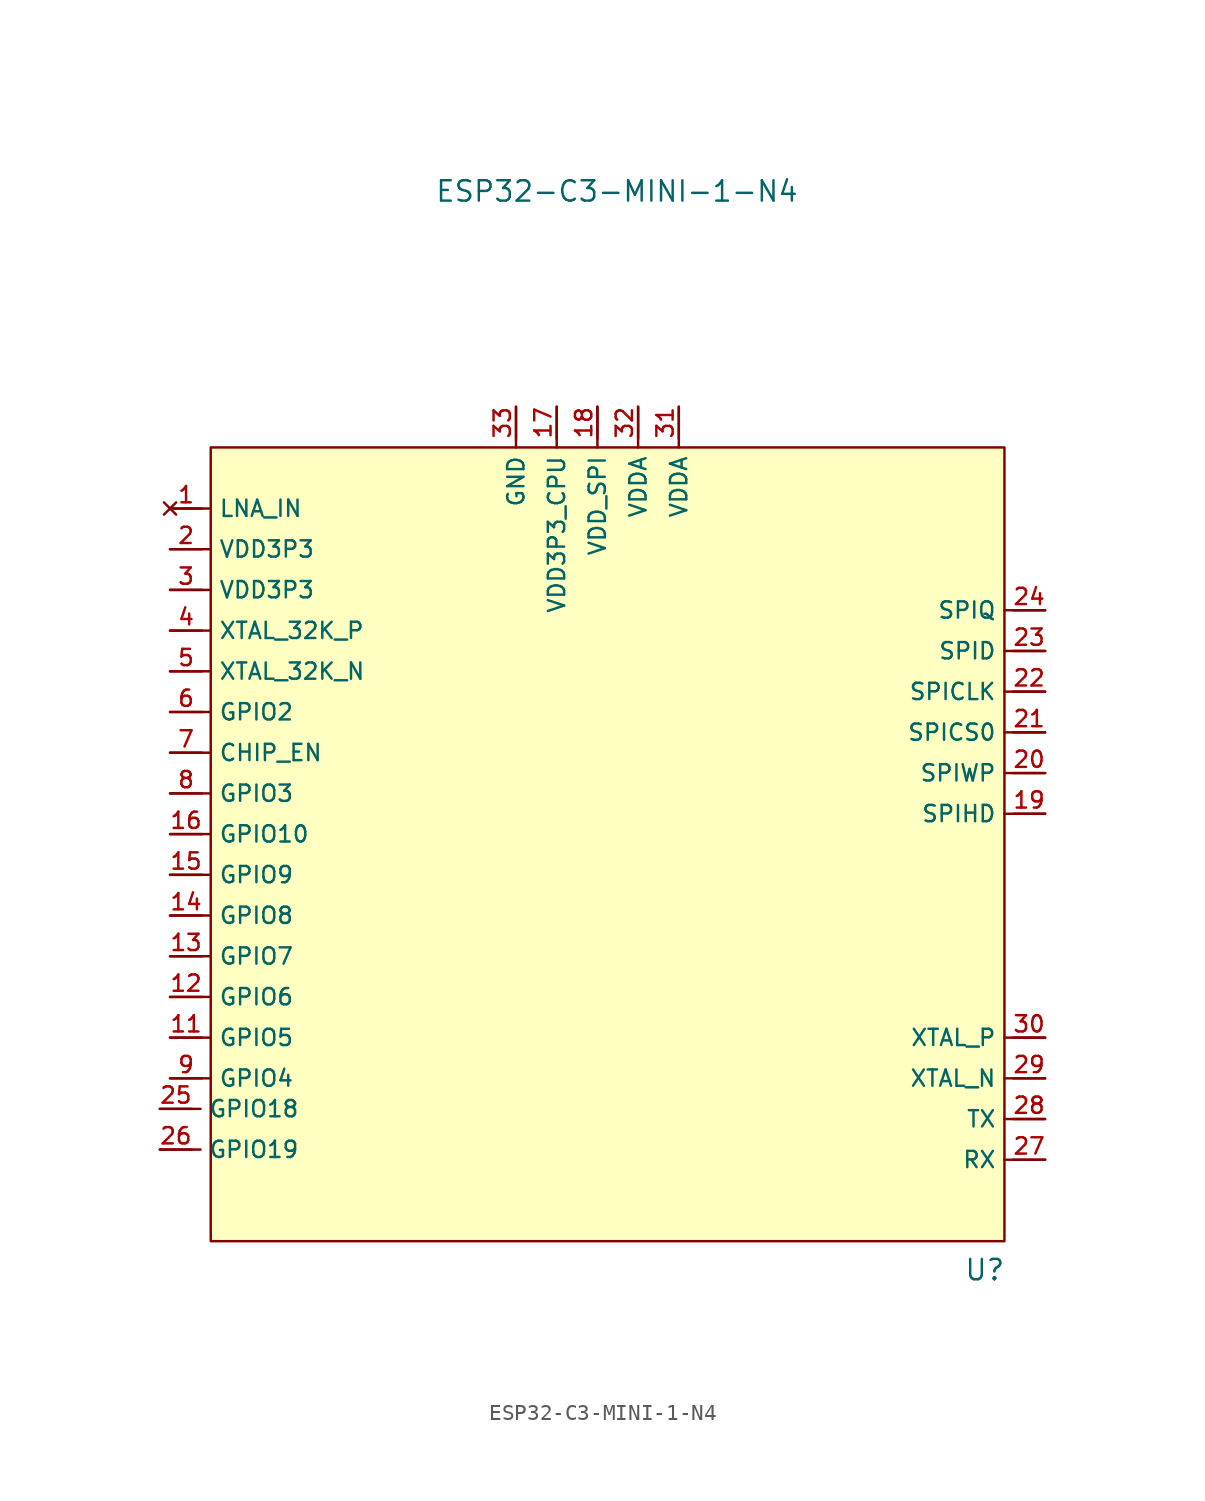
<source format=kicad_sym>
(kicad_symbol_lib
  (version 20211014)
  (generator kicad_symbol_editor)
  (symbol "ESP32-C3-MINI-1-N4"
    (pin_names
      (offset 1.016))
    (property "Reference" "U"
      (at 21.59 -36.83 0)
      (effects (font (size 1.27 1.27)) (justify left bottom)))
    (property "Value" "ESP32-C3-MINI-1-N4"
      (at -11.43 30.48 0)
      (effects (font (size 1.27 1.27)) (justify left bottom)))
    (symbol "ESP32-C3-MINI-1-N4_0_0"
      (polyline (pts (xy -26.035 -28.575) (xy -28.575 -28.575)) (stroke (width 0) (type default) (color 0 0 0 0)) (fill (type none)))
      (polyline (pts (xy -26.035 -26.035) (xy -28.575 -26.035)) (stroke (width 0) (type default) (color 0 0 0 0)) (fill (type none)))
      (polyline (pts (xy -25.4 -24.13) (xy -27.94 -24.13)) (stroke (width 0) (type default) (color 0 0 0 0)) (fill (type none)))
      (polyline (pts (xy -25.4 -21.59) (xy -27.94 -21.59)) (stroke (width 0) (type default) (color 0 0 0 0)) (fill (type none)))
      (polyline (pts (xy -25.4 -19.05) (xy -27.94 -19.05)) (stroke (width 0) (type default) (color 0 0 0 0)) (fill (type none)))
      (polyline (pts (xy -25.4 -16.51) (xy -27.94 -16.51)) (stroke (width 0) (type default) (color 0 0 0 0)) (fill (type none)))
      (polyline (pts (xy -25.4 -13.97) (xy -27.94 -13.97)) (stroke (width 0) (type default) (color 0 0 0 0)) (fill (type none)))
      (polyline (pts (xy -25.4 -11.43) (xy -27.94 -11.43)) (stroke (width 0) (type default) (color 0 0 0 0)) (fill (type none)))
      (polyline (pts (xy -25.4 -8.89) (xy -27.94 -8.89)) (stroke (width 0) (type default) (color 0 0 0 0)) (fill (type none)))
      (polyline (pts (xy -25.4 -6.35) (xy -27.94 -6.35)) (stroke (width 0) (type default) (color 0 0 0 0)) (fill (type none)))
      (polyline (pts (xy -25.4 -3.81) (xy -27.94 -3.81)) (stroke (width 0) (type default) (color 0 0 0 0)) (fill (type none)))
      (polyline (pts (xy -25.4 -1.27) (xy -27.94 -1.27)) (stroke (width 0) (type default) (color 0 0 0 0)) (fill (type none)))
      (polyline (pts (xy -25.4 1.27) (xy -27.94 1.27)) (stroke (width 0) (type default) (color 0 0 0 0)) (fill (type none)))
      (polyline (pts (xy -25.4 3.81) (xy -27.94 3.81)) (stroke (width 0) (type default) (color 0 0 0 0)) (fill (type none)))
      (polyline (pts (xy -25.4 6.35) (xy -27.94 6.35)) (stroke (width 0) (type default) (color 0 0 0 0)) (fill (type none)))
      (polyline (pts (xy -25.4 8.89) (xy -27.94 8.89)) (stroke (width 0) (type default) (color 0 0 0 0)) (fill (type none)))
      (polyline (pts (xy -25.4 11.43) (xy -27.94 11.43)) (stroke (width 0) (type default) (color 0 0 0 0)) (fill (type none)))
      (polyline (pts (xy -6.35 15.24) (xy -6.35 17.78)) (stroke (width 0) (type default) (color 0 0 0 0)) (fill (type none)))
      (polyline (pts (xy -3.81 17.78) (xy -3.81 15.24)) (stroke (width 0) (type default) (color 0 0 0 0)) (fill (type none)))
      (polyline (pts (xy -1.27 17.78) (xy -1.27 15.24)) (stroke (width 0) (type default) (color 0 0 0 0)) (fill (type none)))
      (polyline (pts (xy 1.27 15.24) (xy 1.27 17.78)) (stroke (width 0) (type default) (color 0 0 0 0)) (fill (type none)))
      (polyline (pts (xy 3.81 15.24) (xy 3.81 17.78)) (stroke (width 0) (type default) (color 0 0 0 0)) (fill (type none)))
      (polyline (pts (xy 24.13 -29.21) (xy 26.67 -29.21)) (stroke (width 0) (type default) (color 0 0 0 0)) (fill (type none)))
      (polyline (pts (xy 24.13 -26.67) (xy 26.67 -26.67)) (stroke (width 0) (type default) (color 0 0 0 0)) (fill (type none)))
      (polyline (pts (xy 24.13 -24.13) (xy 26.67 -24.13)) (stroke (width 0) (type default) (color 0 0 0 0)) (fill (type none)))
      (polyline (pts (xy 24.13 -21.59) (xy 26.67 -21.59)) (stroke (width 0) (type default) (color 0 0 0 0)) (fill (type none)))
      (polyline (pts (xy 26.67 -7.62) (xy 24.13 -7.62)) (stroke (width 0) (type default) (color 0 0 0 0)) (fill (type none)))
      (polyline (pts (xy 26.67 -5.08) (xy 24.13 -5.08)) (stroke (width 0) (type default) (color 0 0 0 0)) (fill (type none)))
      (polyline (pts (xy 26.67 -2.54) (xy 24.13 -2.54)) (stroke (width 0) (type default) (color 0 0 0 0)) (fill (type none)))
      (polyline (pts (xy 26.67 0) (xy 24.13 0)) (stroke (width 0) (type default) (color 0 0 0 0)) (fill (type none)))
      (polyline (pts (xy 26.67 2.54) (xy 24.13 2.54)) (stroke (width 0) (type default) (color 0 0 0 0)) (fill (type none)))
      (polyline (pts (xy 26.67 5.08) (xy 24.13 5.08)) (stroke (width 0) (type default) (color 0 0 0 0)) (fill (type none)))
      (pin no_connect line (at -27.94 11.43 0) (length 2) (name "LNA_IN" (effects (font (size 1.016 1.016)))) (number "1" (effects (font (size 1.016 1.016)))))
      (pin output line (at -27.94 -21.59 0) (length 2) (name "GPIO5" (effects (font (size 1.016 1.016)))) (number "11" (effects (font (size 1.016 1.016)))))
      (pin output line (at -27.94 -19.05 0) (length 2) (name "GPIO6" (effects (font (size 1.016 1.016)))) (number "12" (effects (font (size 1.016 1.016)))))
      (pin output line (at -27.94 -16.51 0) (length 2) (name "GPIO7" (effects (font (size 1.016 1.016)))) (number "13" (effects (font (size 1.016 1.016)))))
      (pin output line (at -27.94 -13.97 0) (length 2) (name "GPIO8" (effects (font (size 1.016 1.016)))) (number "14" (effects (font (size 1.016 1.016)))))
      (pin output line (at -27.94 -11.43 0) (length 2) (name "GPIO9" (effects (font (size 1.016 1.016)))) (number "15" (effects (font (size 1.016 1.016)))))
      (pin output line (at -27.94 -8.89 0) (length 2) (name "GPIO10" (effects (font (size 1.016 1.016)))) (number "16" (effects (font (size 1.016 1.016)))))
      (pin power_in line (at -3.81 17.78 270) (length 2) (name "VDD3P3_CPU" (effects (font (size 1.016 1.016)))) (number "17" (effects (font (size 1.016 1.016)))))
      (pin power_in line (at -1.27 17.78 270) (length 2) (name "VDD_SPI" (effects (font (size 1.016 1.016)))) (number "18" (effects (font (size 1.016 1.016)))))
      (pin input line (at 26.67 -7.62 180) (length 2) (name "SPIHD" (effects (font (size 1.016 1.016)))) (number "19" (effects (font (size 1.016 1.016)))))
      (pin power_in line (at -27.94 8.89 0) (length 2) (name "VDD3P3" (effects (font (size 1.016 1.016)))) (number "2" (effects (font (size 1.016 1.016)))))
      (pin input line (at 26.67 -5.08 180) (length 2) (name "SPIWP" (effects (font (size 1.016 1.016)))) (number "20" (effects (font (size 1.016 1.016)))))
      (pin input line (at 26.67 -2.54 180) (length 2) (name "SPICS0" (effects (font (size 1.016 1.016)))) (number "21" (effects (font (size 1.016 1.016)))))
      (pin input line (at 26.67 0 180) (length 2) (name "SPICLK" (effects (font (size 1.016 1.016)))) (number "22" (effects (font (size 1.016 1.016)))))
      (pin input line (at 26.67 2.54 180) (length 2) (name "SPID" (effects (font (size 1.016 1.016)))) (number "23" (effects (font (size 1.016 1.016)))))
      (pin input line (at 26.67 5.08 180) (length 2) (name "SPIQ" (effects (font (size 1.016 1.016)))) (number "24" (effects (font (size 1.016 1.016)))))
      (pin input line (at -28.575 -26.035 0) (length 2) (name "GPIO18" (effects (font (size 1.016 1.016)))) (number "25" (effects (font (size 1.016 1.016)))))
      (pin input line (at -28.575 -28.575 0) (length 2) (name "GPIO19" (effects (font (size 1.016 1.016)))) (number "26" (effects (font (size 1.016 1.016)))))
      (pin input line (at 26.67 -29.21 180) (length 2) (name "RX" (effects (font (size 1.016 1.016)))) (number "27" (effects (font (size 1.016 1.016)))))
      (pin input line (at 26.67 -26.67 180) (length 2) (name "TX" (effects (font (size 1.016 1.016)))) (number "28" (effects (font (size 1.016 1.016)))))
      (pin input line (at 26.67 -24.13 180) (length 2) (name "XTAL_N" (effects (font (size 1.016 1.016)))) (number "29" (effects (font (size 1.016 1.016)))))
      (pin power_in line (at -27.94 6.35 0) (length 2) (name "VDD3P3" (effects (font (size 1.016 1.016)))) (number "3" (effects (font (size 1.016 1.016)))))
      (pin input line (at 26.67 -21.59 180) (length 2) (name "XTAL_P" (effects (font (size 1.016 1.016)))) (number "30" (effects (font (size 1.016 1.016)))))
      (pin power_in line (at 3.81 17.78 270) (length 2) (name "VDDA" (effects (font (size 1.016 1.016)))) (number "31" (effects (font (size 1.016 1.016)))))
      (pin output line (at 1.27 17.78 270) (length 2) (name "VDDA" (effects (font (size 1.016 1.016)))) (number "32" (effects (font (size 1.016 1.016)))))
      (pin power_out line (at -6.35 17.78 270) (length 2) (name "GND" (effects (font (size 1.016 1.016)))) (number "33" (effects (font (size 1.016 1.016)))))
      (pin output line (at -27.94 3.81 0) (length 2) (name "XTAL_32K_P" (effects (font (size 1.016 1.016)))) (number "4" (effects (font (size 1.016 1.016)))))
      (pin output line (at -27.94 1.27 0) (length 2) (name "XTAL_32K_N" (effects (font (size 1.016 1.016)))) (number "5" (effects (font (size 1.016 1.016)))))
      (pin output line (at -27.94 -1.27 0) (length 2) (name "GPIO2" (effects (font (size 1.016 1.016)))) (number "6" (effects (font (size 1.016 1.016)))))
      (pin input line (at -27.94 -3.81 0) (length 2) (name "CHIP_EN" (effects (font (size 1.016 1.016)))) (number "7" (effects (font (size 1.016 1.016)))))
      (pin output line (at -27.94 -6.35 0) (length 2) (name "GPIO3" (effects (font (size 1.016 1.016)))) (number "8" (effects (font (size 1.016 1.016)))))
      (pin output line (at -27.94 -24.13 0) (length 2) (name "GPIO4" (effects (font (size 1.016 1.016)))) (number "9" (effects (font (size 1.016 1.016))))))
    (symbol "ESP32-C3-MINI-1-N4_0_1"
      (rectangle (start -25.4 15.24) (end 24.13 -34.29) (stroke (width 0) (type default) (color 0 0 0 0)) (fill (type background))))))
</source>
